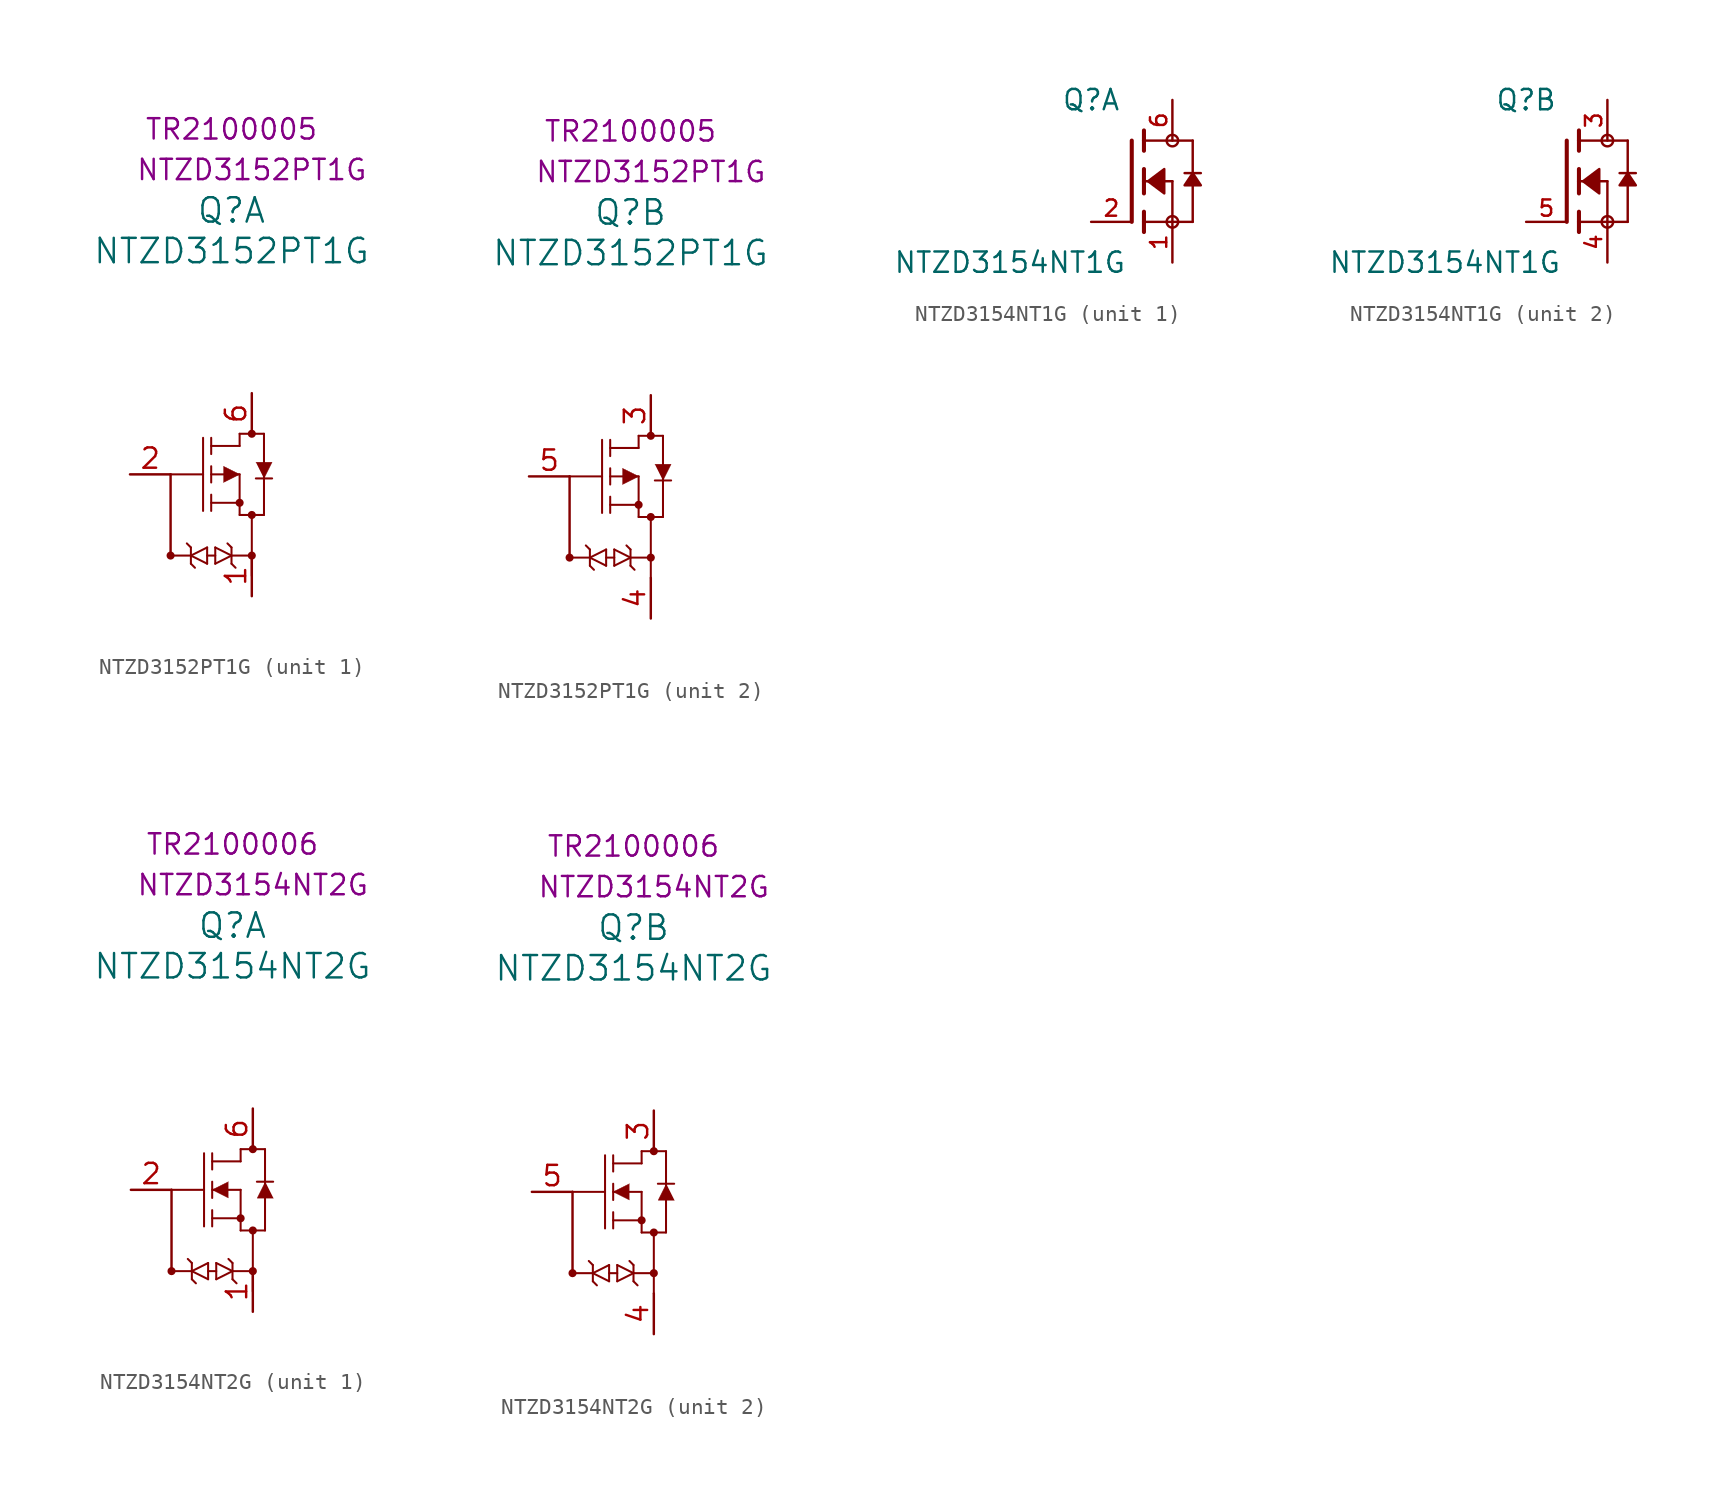
<source format=kicad_sym>
(kicad_symbol_lib
  (version 20241209)
  (generator "kicad_symbol_editor")
  (generator_version "9.0")
  (symbol "NTZD3152PT1G"
    (pin_names
      (offset 0.254))
    (property "Reference" "Q"
      (at 0 16.51 0)
      (effects (font (size 1.524 1.524))))
    (property "Value" "NTZD3152PT1G"
      (at 0 13.97 0)
      (effects (font (size 1.524 1.524))))
    (property "PartNumber" "NTZD3152PT1G"
      (at 1.27 19.05 0)
      (effects (font (size 1.27 1.27))))
    (property "AdmetecPN" "TR2100005"
      (at 0 21.59 0)
      (effects (font (size 1.27 1.27))))
    (property "ki_locked" ""
      (at 0 0 0)
      (effects (font (size 1.27 1.27))))
    (symbol "NTZD3152PT1G_0_1"
      (polyline (pts (xy -3.81 0) (xy -1.778 0)) (stroke (width 0.127) (type default)) (fill (type none)))
      (circle (center -3.81 -5.08) (radius 0.127) (stroke (width 0.254) (type default)) (fill (type none)))
      (polyline (pts (xy -3.81 -5.08) (xy -3.81 0)) (stroke (width 0) (type default)) (fill (type none)))
      (polyline (pts (xy -2.54 -4.572) (xy -2.794 -4.318)) (stroke (width 0.127) (type default)) (fill (type none)))
      (polyline (pts (xy -2.54 -5.08) (xy -3.81 -5.08)) (stroke (width 0.127) (type default)) (fill (type none)))
      (polyline (pts (xy -2.54 -5.08) (xy -1.524 -4.572)) (stroke (width 0.127) (type default)) (fill (type none)))
      (polyline (pts (xy -2.54 -5.588) (xy -2.54 -4.572)) (stroke (width 0.127) (type default)) (fill (type none)))
      (polyline (pts (xy -2.54 -5.588) (xy -2.286 -5.842)) (stroke (width 0.127) (type default)) (fill (type none)))
      (polyline (pts (xy -1.778 -2.286) (xy -1.778 2.286)) (stroke (width 0.127) (type default)) (fill (type none)))
      (polyline (pts (xy -1.524 -4.572) (xy -1.524 -5.588)) (stroke (width 0.127) (type default)) (fill (type none)))
      (polyline (pts (xy -1.524 -5.08) (xy -1.016 -5.08)) (stroke (width 0.127) (type default)) (fill (type none)))
      (polyline (pts (xy -1.524 -5.588) (xy -2.54 -5.08)) (stroke (width 0.127) (type default)) (fill (type none)))
      (polyline (pts (xy -1.27 1.778) (xy 0.508 1.778)) (stroke (width 0.127) (type default)) (fill (type none)))
      (polyline (pts (xy -1.27 1.27) (xy -1.27 2.286)) (stroke (width 0.127) (type default)) (fill (type none)))
      (polyline (pts (xy -1.27 0) (xy 0.508 0)) (stroke (width 0.127) (type default)) (fill (type none)))
      (polyline (pts (xy -1.27 -0.508) (xy -1.27 0.508)) (stroke (width 0.127) (type default)) (fill (type none)))
      (polyline (pts (xy -1.27 -1.778) (xy 0.508 -1.778)) (stroke (width 0.127) (type default)) (fill (type none)))
      (polyline (pts (xy -1.27 -2.286) (xy -1.27 -1.27)) (stroke (width 0.127) (type default)) (fill (type none)))
      (polyline (pts (xy -1.016 -4.572) (xy 0 -5.08)) (stroke (width 0.127) (type default)) (fill (type none)))
      (polyline (pts (xy -1.016 -5.588) (xy -1.016 -4.572)) (stroke (width 0.127) (type default)) (fill (type none)))
      (polyline (pts (xy -0.508 0.508) (xy 0.508 0) (xy -0.508 -0.508)) (stroke (width 0.025) (type default)) (fill (type outline)))
      (polyline (pts (xy 0 -4.572) (xy -0.254 -4.318)) (stroke (width 0.127) (type default)) (fill (type none)))
      (polyline (pts (xy 0 -4.572) (xy 0 -5.588)) (stroke (width 0.127) (type default)) (fill (type none)))
      (polyline (pts (xy 0 -5.08) (xy -1.016 -5.588)) (stroke (width 0.127) (type default)) (fill (type none)))
      (polyline (pts (xy 0 -5.08) (xy 1.27 -5.08)) (stroke (width 0.127) (type default)) (fill (type none)))
      (polyline (pts (xy 0 -5.588) (xy 0.254 -5.842)) (stroke (width 0.127) (type default)) (fill (type none)))
      (polyline (pts (xy 0.508 2.54) (xy 2.032 2.54)) (stroke (width 0.127) (type default)) (fill (type none)))
      (polyline (pts (xy 0.508 1.778) (xy 0.508 2.54)) (stroke (width 0.127) (type default)) (fill (type none)))
      (circle (center 0.508 -1.778) (radius 0.127) (stroke (width 0.254) (type default)) (fill (type none)))
      (polyline (pts (xy 0.508 -2.54) (xy 0.508 0)) (stroke (width 0.127) (type default)) (fill (type none)))
      (polyline (pts (xy 0.508 -2.54) (xy 2.032 -2.54)) (stroke (width 0.127) (type default)) (fill (type none)))
      (circle (center 1.27 2.54) (radius 0.127) (stroke (width 0.254) (type default)) (fill (type none)))
      (circle (center 1.27 -2.54) (radius 0.127) (stroke (width 0.254) (type default)) (fill (type none)))
      (circle (center 1.27 -5.08) (radius 0.127) (stroke (width 0.254) (type default)) (fill (type none)))
      (polyline (pts (xy 1.27 -6.35) (xy 1.27 -2.54)) (stroke (width 0.127) (type default)) (fill (type none)))
      (polyline (pts (xy 1.524 0.762) (xy 2.54 0.762) (xy 2.032 -0.254)) (stroke (width 0.025) (type default)) (fill (type outline)))
      (polyline (pts (xy 1.524 -0.254) (xy 2.54 -0.254)) (stroke (width 0.127) (type default)) (fill (type none)))
      (polyline (pts (xy 2.032 -2.54) (xy 2.032 2.54)) (stroke (width 0.127) (type default)) (fill (type none))))
    (symbol "NTZD3152PT1G_1_1"
      (pin passive line (at -6.35 0 0) (length 2.54) (name "" (effects (font (size 1.27 1.27)))) (number "2" (effects (font (size 1.27 1.27)))))
      (pin passive line (at 1.27 5.08 270) (length 2.54) (name "" (effects (font (size 1.27 1.27)))) (number "6" (effects (font (size 1.27 1.27)))))
      (pin passive line (at 1.27 -7.62 90) (length 2.54) (name "" (effects (font (size 1.27 1.27)))) (number "1" (effects (font (size 1.27 1.27))))))
    (symbol "NTZD3152PT1G_2_1"
      (pin passive line (at -6.35 0 0) (length 2.54) (name "" (effects (font (size 1.27 1.27)))) (number "5" (effects (font (size 1.27 1.27)))))
      (pin passive line (at 1.27 5.08 270) (length 2.54) (name "" (effects (font (size 1.27 1.27)))) (number "3" (effects (font (size 1.27 1.27)))))
      (pin passive line (at 1.27 -8.89 90) (length 2.54) (name "" (effects (font (size 1.27 1.27)))) (number "4" (effects (font (size 1.27 1.27)))))))
  (symbol "NTZD3154NT1G"
    (property "Reference" "Q"
      (at 0 0 0)
      (effects (font (size 1.27 1.27))))
    (property "Value" "NTZD3154NT1G"
      (at -5.08 -10.16 0)
      (effects (font (size 1.27 1.27))))
    (property "ki_locked" ""
      (at 0 0 0)
      (effects (font (size 1.27 1.27))))
    (symbol "NTZD3154NT1G_0_0"
      (polyline (pts (xy 2.54 -2.54) (xy 2.54 -7.62)) (stroke (width 0.254) (type default)) (fill (type none)))
      (polyline (pts (xy 3.302 -1.905) (xy 3.302 -2.54)) (stroke (width 0.254) (type default)) (fill (type none)))
      (polyline (pts (xy 3.302 -2.54) (xy 3.302 -3.175)) (stroke (width 0.254) (type default)) (fill (type none)))
      (polyline (pts (xy 3.302 -2.54) (xy 6.35 -2.54)) (stroke (width 0.152) (type default)) (fill (type none)))
      (polyline (pts (xy 3.302 -4.318) (xy 3.302 -5.08)) (stroke (width 0.254) (type default)) (fill (type none)))
      (polyline (pts (xy 3.302 -5.08) (xy 3.302 -5.842)) (stroke (width 0.254) (type default)) (fill (type none)))
      (polyline (pts (xy 3.302 -5.08) (xy 5.08 -5.08)) (stroke (width 0.152) (type default)) (fill (type none)))
      (polyline (pts (xy 3.302 -6.985) (xy 3.302 -7.62)) (stroke (width 0.254) (type default)) (fill (type none)))
      (polyline (pts (xy 3.302 -7.62) (xy 3.302 -8.255)) (stroke (width 0.254) (type default)) (fill (type none)))
      (polyline (pts (xy 3.556 -5.08) (xy 4.572 -4.318) (xy 4.572 -5.842) (xy 3.556 -5.08)) (stroke (width 0.152) (type default)) (fill (type outline)))
      (circle (center 5.08 -2.54) (radius 0.359) (stroke (width 0) (type default)) (fill (type none)))
      (polyline (pts (xy 5.08 -5.08) (xy 5.08 -7.62)) (stroke (width 0.152) (type default)) (fill (type none)))
      (polyline (pts (xy 5.08 -7.62) (xy 3.302 -7.62)) (stroke (width 0.152) (type default)) (fill (type none)))
      (polyline (pts (xy 5.08 -7.62) (xy 6.35 -7.62)) (stroke (width 0.152) (type default)) (fill (type none)))
      (circle (center 5.08 -7.62) (radius 0.359) (stroke (width 0) (type default)) (fill (type none)))
      (polyline (pts (xy 6.35 -2.54) (xy 6.35 -4.572)) (stroke (width 0.152) (type default)) (fill (type none)))
      (polyline (pts (xy 6.35 -4.572) (xy 5.842 -4.572)) (stroke (width 0.152) (type default)) (fill (type none)))
      (polyline (pts (xy 6.35 -4.572) (xy 6.35 -7.62)) (stroke (width 0.152) (type default)) (fill (type none)))
      (polyline (pts (xy 6.35 -4.572) (xy 5.842 -5.334) (xy 6.858 -5.334) (xy 6.35 -4.572)) (stroke (width 0.152) (type default)) (fill (type outline)))
      (polyline (pts (xy 6.858 -4.572) (xy 6.35 -4.572)) (stroke (width 0.152) (type default)) (fill (type none))))
    (symbol "NTZD3154NT1G_1_0"
      (pin passive line (at 0 -7.62 0) (length 2.54) (name "" (effects (font (size 1.016 1.016)))) (number "2" (effects (font (size 1.016 1.016)))))
      (pin passive line (at 5.08 0 270) (length 2.54) (name "" (effects (font (size 1.016 1.016)))) (number "6" (effects (font (size 1.016 1.016)))))
      (pin passive line (at 5.08 -10.16 90) (length 2.54) (name "" (effects (font (size 1.016 1.016)))) (number "1" (effects (font (size 1.016 1.016))))))
    (symbol "NTZD3154NT1G_2_0"
      (pin passive line (at 0 -7.62 0) (length 2.54) (name "" (effects (font (size 1.016 1.016)))) (number "5" (effects (font (size 1.016 1.016)))))
      (pin passive line (at 5.08 0 270) (length 2.54) (name "" (effects (font (size 1.016 1.016)))) (number "3" (effects (font (size 1.016 1.016)))))
      (pin passive line (at 5.08 -10.16 90) (length 2.54) (name "" (effects (font (size 1.016 1.016)))) (number "4" (effects (font (size 1.016 1.016)))))))
  (symbol "NTZD3154NT2G"
    (pin_names
      (offset 0.254))
    (property "Reference" "Q"
      (at 0 16.51 0)
      (effects (font (size 1.524 1.524))))
    (property "Value" "NTZD3154NT2G"
      (at 0 13.97 0)
      (effects (font (size 1.524 1.524))))
    (property "PartNumber" "NTZD3154NT2G"
      (at 1.27 19.05 0)
      (effects (font (size 1.27 1.27))))
    (property "AdmetecPN" "TR2100006"
      (at 0 21.59 0)
      (effects (font (size 1.27 1.27))))
    (symbol "NTZD3154NT2G_0_1"
      (polyline (pts (xy -3.81 0) (xy -1.778 0)) (stroke (width 0.127) (type default)) (fill (type none)))
      (circle (center -3.81 -5.08) (radius 0.127) (stroke (width 0.254) (type default)) (fill (type none)))
      (polyline (pts (xy -3.81 -5.08) (xy -3.81 0)) (stroke (width 0) (type default)) (fill (type none)))
      (polyline (pts (xy -2.54 -4.572) (xy -2.794 -4.318)) (stroke (width 0.127) (type default)) (fill (type none)))
      (polyline (pts (xy -2.54 -5.08) (xy -3.81 -5.08)) (stroke (width 0.127) (type default)) (fill (type none)))
      (polyline (pts (xy -2.54 -5.08) (xy -1.524 -4.572)) (stroke (width 0.127) (type default)) (fill (type none)))
      (polyline (pts (xy -2.54 -5.588) (xy -2.54 -4.572)) (stroke (width 0.127) (type default)) (fill (type none)))
      (polyline (pts (xy -2.54 -5.588) (xy -2.286 -5.842)) (stroke (width 0.127) (type default)) (fill (type none)))
      (polyline (pts (xy -1.778 -2.286) (xy -1.778 2.286)) (stroke (width 0.127) (type default)) (fill (type none)))
      (polyline (pts (xy -1.524 -4.572) (xy -1.524 -5.588)) (stroke (width 0.127) (type default)) (fill (type none)))
      (polyline (pts (xy -1.524 -5.08) (xy -1.016 -5.08)) (stroke (width 0.127) (type default)) (fill (type none)))
      (polyline (pts (xy -1.524 -5.588) (xy -2.54 -5.08)) (stroke (width 0.127) (type default)) (fill (type none)))
      (polyline (pts (xy -1.27 1.778) (xy 0.508 1.778)) (stroke (width 0.127) (type default)) (fill (type none)))
      (polyline (pts (xy -1.27 1.27) (xy -1.27 2.286)) (stroke (width 0.127) (type default)) (fill (type none)))
      (polyline (pts (xy -1.27 0) (xy 0.508 0)) (stroke (width 0.127) (type default)) (fill (type none)))
      (polyline (pts (xy -1.27 -0.508) (xy -1.27 0.508)) (stroke (width 0.127) (type default)) (fill (type none)))
      (polyline (pts (xy -1.27 -1.778) (xy 0.508 -1.778)) (stroke (width 0.127) (type default)) (fill (type none)))
      (polyline (pts (xy -1.27 -2.286) (xy -1.27 -1.27)) (stroke (width 0.127) (type default)) (fill (type none)))
      (polyline (pts (xy -1.016 -4.572) (xy 0 -5.08)) (stroke (width 0.127) (type default)) (fill (type none)))
      (polyline (pts (xy -1.016 -5.588) (xy -1.016 -4.572)) (stroke (width 0.127) (type default)) (fill (type none)))
      (polyline (pts (xy -0.254 -0.508) (xy -1.27 0) (xy -0.254 0.508)) (stroke (width 0.025) (type default)) (fill (type outline)))
      (polyline (pts (xy 0 -4.572) (xy -0.254 -4.318)) (stroke (width 0.127) (type default)) (fill (type none)))
      (polyline (pts (xy 0 -4.572) (xy 0 -5.588)) (stroke (width 0.127) (type default)) (fill (type none)))
      (polyline (pts (xy 0 -5.08) (xy -1.016 -5.588)) (stroke (width 0.127) (type default)) (fill (type none)))
      (polyline (pts (xy 0 -5.08) (xy 1.27 -5.08)) (stroke (width 0.127) (type default)) (fill (type none)))
      (polyline (pts (xy 0 -5.588) (xy 0.254 -5.842)) (stroke (width 0.127) (type default)) (fill (type none)))
      (polyline (pts (xy 0.508 2.54) (xy 2.032 2.54)) (stroke (width 0.127) (type default)) (fill (type none)))
      (polyline (pts (xy 0.508 1.778) (xy 0.508 2.54)) (stroke (width 0.127) (type default)) (fill (type none)))
      (circle (center 0.508 -1.778) (radius 0.127) (stroke (width 0.254) (type default)) (fill (type none)))
      (polyline (pts (xy 0.508 -2.54) (xy 0.508 0)) (stroke (width 0.127) (type default)) (fill (type none)))
      (polyline (pts (xy 0.508 -2.54) (xy 2.032 -2.54)) (stroke (width 0.127) (type default)) (fill (type none)))
      (circle (center 1.27 2.54) (radius 0.127) (stroke (width 0.254) (type default)) (fill (type none)))
      (circle (center 1.27 -2.54) (radius 0.127) (stroke (width 0.254) (type default)) (fill (type none)))
      (circle (center 1.27 -5.08) (radius 0.127) (stroke (width 0.254) (type default)) (fill (type none)))
      (polyline (pts (xy 1.27 -6.35) (xy 1.27 -2.54)) (stroke (width 0.127) (type default)) (fill (type none)))
      (polyline (pts (xy 1.524 0.508) (xy 2.54 0.508)) (stroke (width 0.127) (type default)) (fill (type none)))
      (polyline (pts (xy 2.032 -2.54) (xy 2.032 2.54)) (stroke (width 0.127) (type default)) (fill (type none)))
      (polyline (pts (xy 2.558 -0.521) (xy 1.542 -0.521) (xy 2.05 0.495)) (stroke (width 0.025) (type default)) (fill (type outline))))
    (symbol "NTZD3154NT2G_1_1"
      (pin passive line (at -6.35 0 0) (length 2.54) (name "" (effects (font (size 1.27 1.27)))) (number "2" (effects (font (size 1.27 1.27)))))
      (pin passive line (at 1.27 5.08 270) (length 2.54) (name "" (effects (font (size 1.27 1.27)))) (number "6" (effects (font (size 1.27 1.27)))))
      (pin passive line (at 1.27 -7.62 90) (length 2.54) (name "" (effects (font (size 1.27 1.27)))) (number "1" (effects (font (size 1.27 1.27))))))
    (symbol "NTZD3154NT2G_2_1"
      (pin passive line (at -6.35 0 0) (length 2.54) (name "" (effects (font (size 1.27 1.27)))) (number "5" (effects (font (size 1.27 1.27)))))
      (pin passive line (at 1.27 5.08 270) (length 2.54) (name "" (effects (font (size 1.27 1.27)))) (number "3" (effects (font (size 1.27 1.27)))))
      (pin passive line (at 1.27 -8.89 90) (length 2.54) (name "" (effects (font (size 1.27 1.27)))) (number "4" (effects (font (size 1.27 1.27))))))))
</source>
